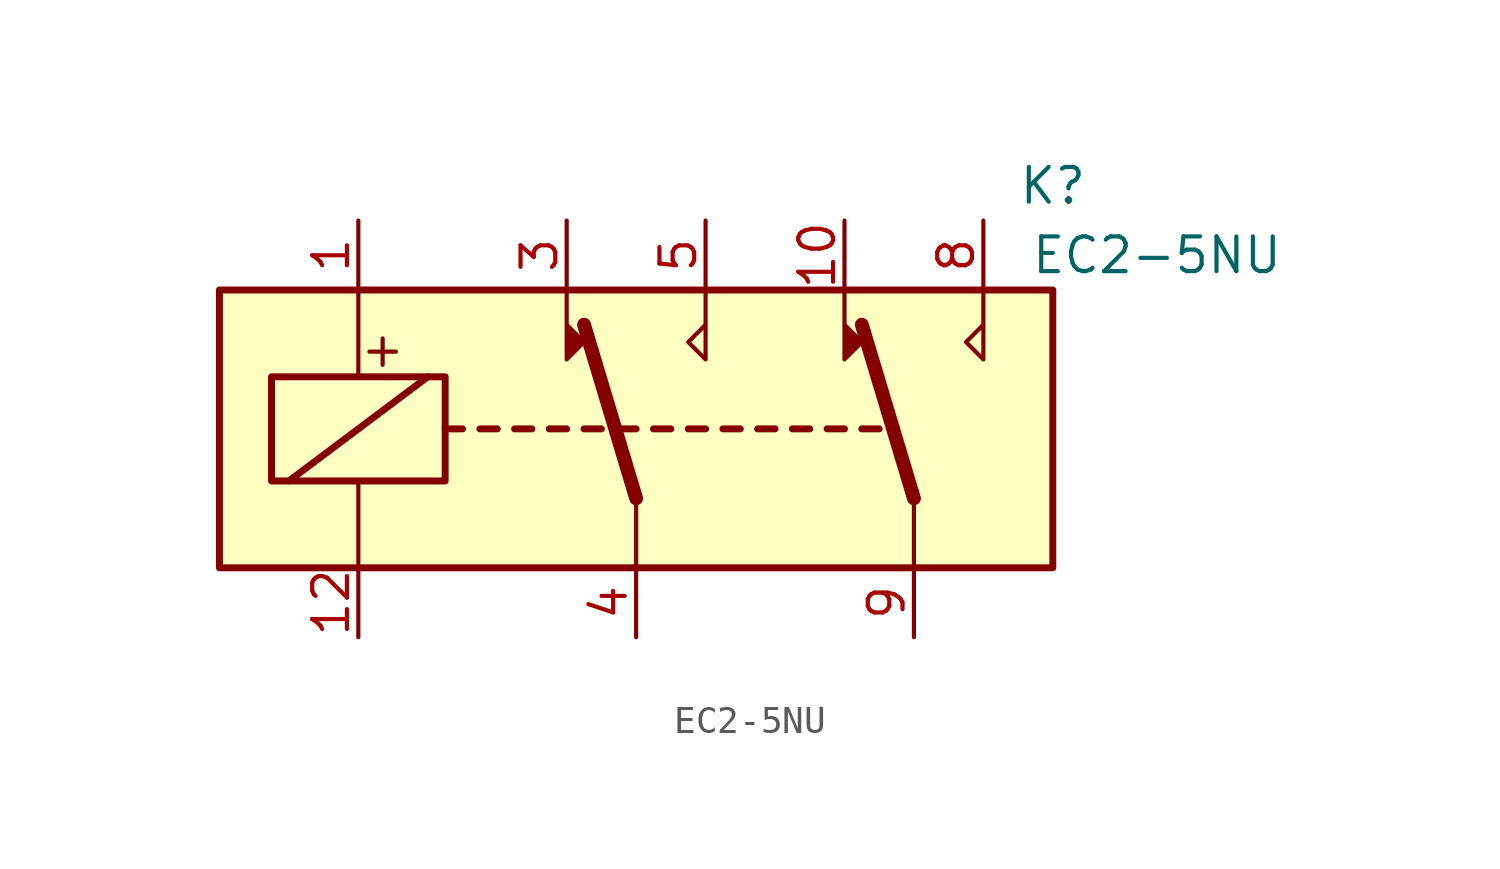
<source format=kicad_sym>
(kicad_symbol_lib
  (version 20231120)
  (generator "kicad_symbol_editor")
  (generator_version "8.0")
  (symbol "EC2-5NU"
    (property "Reference" "K"
      (at 15.24 8.89 0)
      (effects (font (size 1.27 1.27))))
    (property "Value" "EC2-5NU"
      (at 19.05 6.35 0)
      (effects (font (size 1.27 1.27))))
    (symbol "EC2-5NU_1_1"
      (rectangle (start -15.24 5.08) (end 15.24 -5.08) (stroke (width 0.254) (type default)) (fill (type background)))
      (rectangle (start -13.335 1.905) (end -6.985 -1.905) (stroke (width 0.254) (type default)) (fill (type none)))
      (polyline (pts (xy -12.7 -1.905) (xy -7.62 1.905)) (stroke (width 0.254) (type default)) (fill (type none)))
      (polyline (pts (xy -10.16 -5.08) (xy -10.16 -1.905)) (stroke (width 0) (type default)) (fill (type none)))
      (polyline (pts (xy -10.16 5.08) (xy -10.16 1.905)) (stroke (width 0) (type default)) (fill (type none)))
      (polyline (pts (xy -6.985 0) (xy -6.35 0)) (stroke (width 0.254) (type default)) (fill (type none)))
      (polyline (pts (xy -5.715 0) (xy -5.08 0)) (stroke (width 0.254) (type default)) (fill (type none)))
      (polyline (pts (xy -4.445 0) (xy -3.81 0)) (stroke (width 0.254) (type default)) (fill (type none)))
      (polyline (pts (xy -3.175 0) (xy -2.54 0)) (stroke (width 0.254) (type default)) (fill (type none)))
      (polyline (pts (xy -1.905 0) (xy -1.27 0)) (stroke (width 0.254) (type default)) (fill (type none)))
      (polyline (pts (xy -0.635 0) (xy 0 0)) (stroke (width 0.254) (type default)) (fill (type none)))
      (polyline (pts (xy 0 -2.54) (xy -1.905 3.81)) (stroke (width 0.508) (type default)) (fill (type none)))
      (polyline (pts (xy 0 -2.54) (xy 0 -5.08)) (stroke (width 0) (type default)) (fill (type none)))
      (polyline (pts (xy 0.635 0) (xy 1.27 0)) (stroke (width 0.254) (type default)) (fill (type none)))
      (polyline (pts (xy 1.905 0) (xy 2.54 0)) (stroke (width 0.254) (type default)) (fill (type none)))
      (polyline (pts (xy 3.175 0) (xy 3.81 0)) (stroke (width 0.254) (type default)) (fill (type none)))
      (polyline (pts (xy 4.445 0) (xy 5.08 0)) (stroke (width 0.254) (type default)) (fill (type none)))
      (polyline (pts (xy 5.715 0) (xy 6.35 0)) (stroke (width 0.254) (type default)) (fill (type none)))
      (polyline (pts (xy 6.985 0) (xy 7.62 0)) (stroke (width 0.254) (type default)) (fill (type none)))
      (polyline (pts (xy 8.255 0) (xy 8.89 0)) (stroke (width 0.254) (type default)) (fill (type none)))
      (polyline (pts (xy 10.16 -2.54) (xy 8.255 3.81)) (stroke (width 0.508) (type default)) (fill (type none)))
      (polyline (pts (xy 10.16 -2.54) (xy 10.16 -5.08)) (stroke (width 0) (type default)) (fill (type none)))
      (polyline (pts (xy -2.54 5.08) (xy -2.54 2.54) (xy -1.905 3.175) (xy -2.54 3.81)) (stroke (width 0) (type default)) (fill (type outline)))
      (polyline (pts (xy 2.54 5.08) (xy 2.54 2.54) (xy 1.905 3.175) (xy 2.54 3.81)) (stroke (width 0) (type default)) (fill (type none)))
      (polyline (pts (xy 7.62 5.08) (xy 7.62 2.54) (xy 8.255 3.175) (xy 7.62 3.81)) (stroke (width 0) (type default)) (fill (type outline)))
      (polyline (pts (xy 12.7 5.08) (xy 12.7 2.54) (xy 12.065 3.175) (xy 12.7 3.81)) (stroke (width 0) (type default)) (fill (type none)))
      (text "+" (at -9.271 2.921 0) (effects (font (size 1.27 1.27))))
      (pin passive line (at -10.16 7.62 270) (length 2.54) (name "~" (effects (font (size 1.27 1.27)))) (number "1" (effects (font (size 1.27 1.27)))))
      (pin passive line (at 7.62 7.62 270) (length 2.54) (name "~" (effects (font (size 1.27 1.27)))) (number "10" (effects (font (size 1.27 1.27)))))
      (pin passive line (at -10.16 -7.62 90) (length 2.54) (name "~" (effects (font (size 1.27 1.27)))) (number "12" (effects (font (size 1.27 1.27)))))
      (pin passive line (at -2.54 7.62 270) (length 2.54) (name "~" (effects (font (size 1.27 1.27)))) (number "3" (effects (font (size 1.27 1.27)))))
      (pin passive line (at 0 -7.62 90) (length 2.54) (name "~" (effects (font (size 1.27 1.27)))) (number "4" (effects (font (size 1.27 1.27)))))
      (pin passive line (at 2.54 7.62 270) (length 2.54) (name "~" (effects (font (size 1.27 1.27)))) (number "5" (effects (font (size 1.27 1.27)))))
      (pin passive line (at 12.7 7.62 270) (length 2.54) (name "~" (effects (font (size 1.27 1.27)))) (number "8" (effects (font (size 1.27 1.27)))))
      (pin passive line (at 10.16 -7.62 90) (length 2.54) (name "~" (effects (font (size 1.27 1.27)))) (number "9" (effects (font (size 1.27 1.27))))))))
</source>
